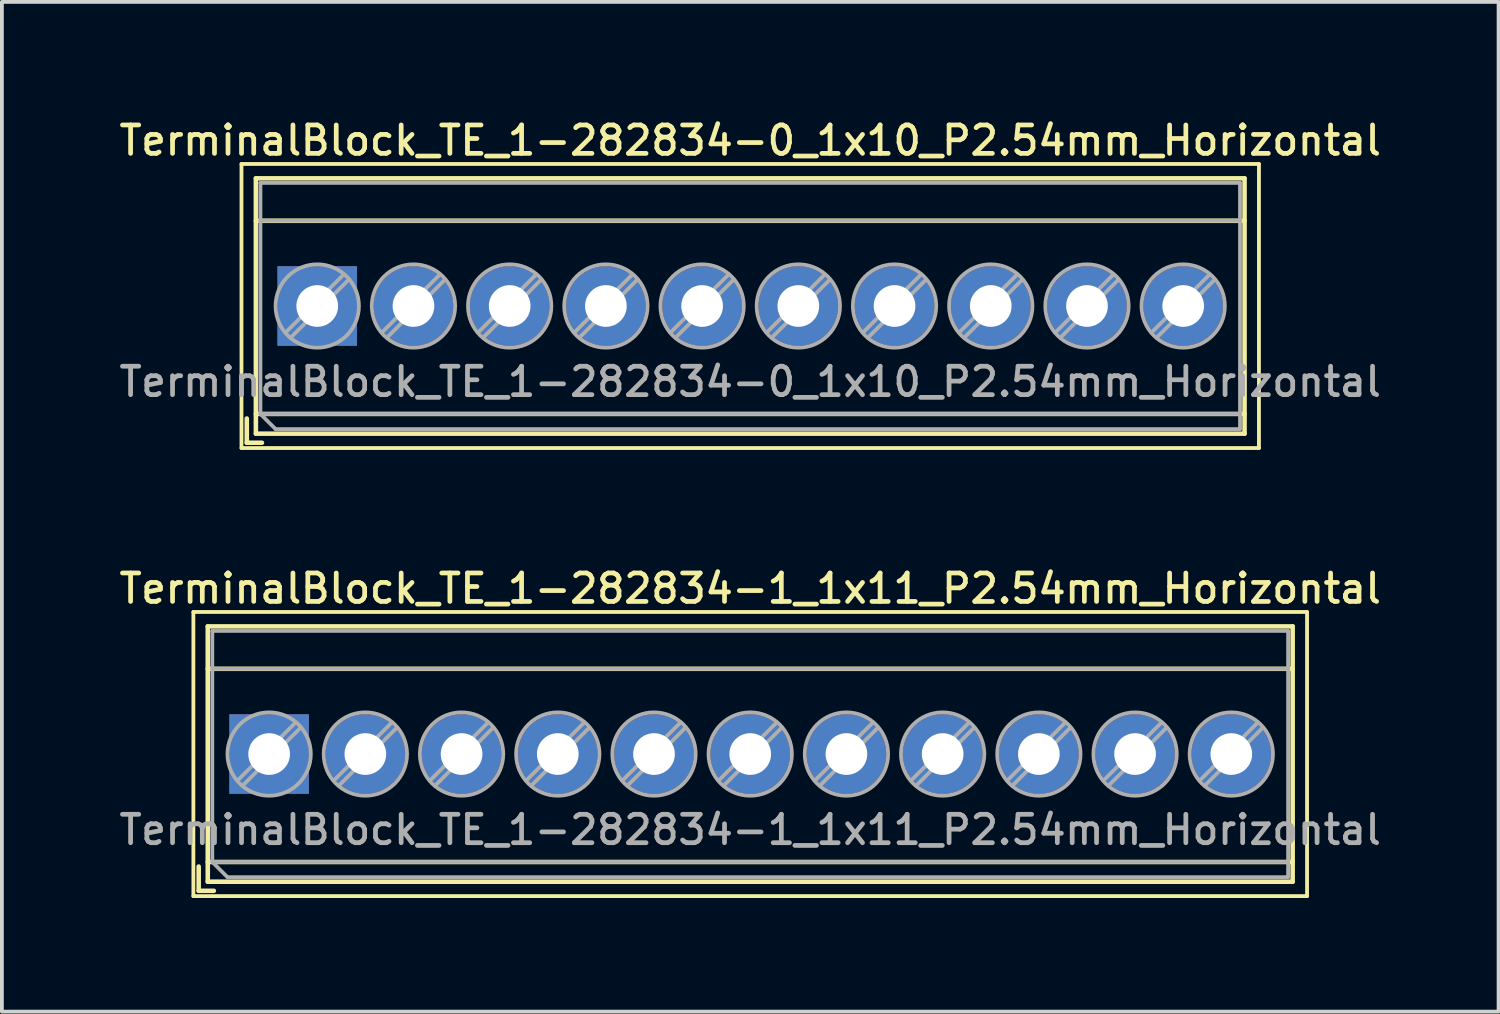
<source format=kicad_pcb>
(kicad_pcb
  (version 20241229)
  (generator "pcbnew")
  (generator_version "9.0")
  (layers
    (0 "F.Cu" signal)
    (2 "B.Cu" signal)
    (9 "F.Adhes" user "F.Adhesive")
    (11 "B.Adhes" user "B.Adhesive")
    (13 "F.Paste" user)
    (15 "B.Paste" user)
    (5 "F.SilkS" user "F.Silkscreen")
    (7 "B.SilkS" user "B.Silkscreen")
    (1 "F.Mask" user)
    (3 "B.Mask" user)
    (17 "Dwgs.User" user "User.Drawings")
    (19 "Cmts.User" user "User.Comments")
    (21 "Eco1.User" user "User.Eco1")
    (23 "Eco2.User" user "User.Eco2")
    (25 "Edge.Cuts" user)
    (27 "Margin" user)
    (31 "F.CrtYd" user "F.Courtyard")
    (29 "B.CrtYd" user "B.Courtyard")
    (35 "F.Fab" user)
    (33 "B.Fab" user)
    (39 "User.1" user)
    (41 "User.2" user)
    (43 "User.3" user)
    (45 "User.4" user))
  (footprint "TerminalBlock_TE_1-282834-1_1x11_P2.54mm_Horizontal"
    (layer "F.Cu")
    (at 4.055 16.856)
    (property "Reference" "TerminalBlock_TE_1-282834-1_1x11_P2.54mm_Horizontal" (at 12.7 -4.37 0) (layer "F.SilkS") (effects (font (size 0.75 0.75) (thickness 0.125))))
    (attr through_hole)
    (fp_line (start -2 -3.75) (end -2 3.75) (stroke (width 0.1) (type solid)) (layer "F.SilkS"))
    (fp_line (start -2 3.75) (end 27.4 3.75) (stroke (width 0.1) (type solid)) (layer "F.SilkS"))
    (fp_line (start -1.86 2.97) (end -1.86 3.61) (stroke (width 0.12) (type solid)) (layer "F.SilkS"))
    (fp_line (start -1.86 3.61) (end -1.46 3.61) (stroke (width 0.12) (type solid)) (layer "F.SilkS"))
    (fp_line (start -1.62 -3.37) (end -1.62 3.37) (stroke (width 0.12) (type solid)) (layer "F.SilkS"))
    (fp_line (start -1.62 -3.37) (end 27.02 -3.37) (stroke (width 0.12) (type solid)) (layer "F.SilkS"))
    (fp_line (start -1.62 -2.25) (end 27.02 -2.25) (stroke (width 0.12) (type solid)) (layer "F.SilkS"))
    (fp_line (start -1.62 2.85) (end 27.02 2.85) (stroke (width 0.12) (type solid)) (layer "F.SilkS"))
    (fp_line (start -1.62 3.37) (end 27.02 3.37) (stroke (width 0.12) (type solid)) (layer "F.SilkS"))
    (fp_line (start 27.02 -3.37) (end 27.02 3.37) (stroke (width 0.12) (type solid)) (layer "F.SilkS"))
    (fp_line (start 27.4 -3.75) (end -2 -3.75) (stroke (width 0.1) (type solid)) (layer "F.SilkS"))
    (fp_line (start 27.4 3.75) (end 27.4 -3.75) (stroke (width 0.1) (type solid)) (layer "F.SilkS"))
    (fp_line (start -1.5 -3.25) (end 26.9 -3.25) (stroke (width 0.1) (type solid)) (layer "F.Fab"))
    (fp_line (start -1.5 -2.25) (end 26.9 -2.25) (stroke (width 0.1) (type solid)) (layer "F.Fab"))
    (fp_line (start -1.5 2.85) (end -1.5 -3.25) (stroke (width 0.1) (type solid)) (layer "F.Fab"))
    (fp_line (start -1.5 2.85) (end 26.9 2.85) (stroke (width 0.1) (type solid)) (layer "F.Fab"))
    (fp_line (start -1.1 3.25) (end -1.5 2.85) (stroke (width 0.1) (type solid)) (layer "F.Fab"))
    (fp_line (start 0.701 -0.835) (end -0.835 0.7) (stroke (width 0.1) (type solid)) (layer "F.Fab"))
    (fp_line (start 0.835 -0.7) (end -0.701 0.835) (stroke (width 0.1) (type solid)) (layer "F.Fab"))
    (fp_line (start 3.241 -0.835) (end 1.706 0.7) (stroke (width 0.1) (type solid)) (layer "F.Fab"))
    (fp_line (start 3.375 -0.7) (end 1.84 0.835) (stroke (width 0.1) (type solid)) (layer "F.Fab"))
    (fp_line (start 5.781 -0.835) (end 4.246 0.7) (stroke (width 0.1) (type solid)) (layer "F.Fab"))
    (fp_line (start 5.915 -0.7) (end 4.38 0.835) (stroke (width 0.1) (type solid)) (layer "F.Fab"))
    (fp_line (start 8.321 -0.835) (end 6.786 0.7) (stroke (width 0.1) (type solid)) (layer "F.Fab"))
    (fp_line (start 8.455 -0.7) (end 6.92 0.835) (stroke (width 0.1) (type solid)) (layer "F.Fab"))
    (fp_line (start 10.861 -0.835) (end 9.326 0.7) (stroke (width 0.1) (type solid)) (layer "F.Fab"))
    (fp_line (start 10.995 -0.7) (end 9.46 0.835) (stroke (width 0.1) (type solid)) (layer "F.Fab"))
    (fp_line (start 13.401 -0.835) (end 11.866 0.7) (stroke (width 0.1) (type solid)) (layer "F.Fab"))
    (fp_line (start 13.535 -0.7) (end 12 0.835) (stroke (width 0.1) (type solid)) (layer "F.Fab"))
    (fp_line (start 15.941 -0.835) (end 14.406 0.7) (stroke (width 0.1) (type solid)) (layer "F.Fab"))
    (fp_line (start 16.075 -0.7) (end 14.54 0.835) (stroke (width 0.1) (type solid)) (layer "F.Fab"))
    (fp_line (start 18.481 -0.835) (end 16.946 0.7) (stroke (width 0.1) (type solid)) (layer "F.Fab"))
    (fp_line (start 18.615 -0.7) (end 17.08 0.835) (stroke (width 0.1) (type solid)) (layer "F.Fab"))
    (fp_line (start 21.021 -0.835) (end 19.486 0.7) (stroke (width 0.1) (type solid)) (layer "F.Fab"))
    (fp_line (start 21.155 -0.7) (end 19.62 0.835) (stroke (width 0.1) (type solid)) (layer "F.Fab"))
    (fp_line (start 23.561 -0.835) (end 22.026 0.7) (stroke (width 0.1) (type solid)) (layer "F.Fab"))
    (fp_line (start 23.695 -0.7) (end 22.16 0.835) (stroke (width 0.1) (type solid)) (layer "F.Fab"))
    (fp_line (start 26.101 -0.835) (end 24.566 0.7) (stroke (width 0.1) (type solid)) (layer "F.Fab"))
    (fp_line (start 26.235 -0.7) (end 24.7 0.835) (stroke (width 0.1) (type solid)) (layer "F.Fab"))
    (fp_line (start 26.9 -3.25) (end 26.9 3.25) (stroke (width 0.1) (type solid)) (layer "F.Fab"))
    (fp_line (start 26.9 3.25) (end -1.1 3.25) (stroke (width 0.1) (type solid)) (layer "F.Fab"))
    (fp_circle (center 0 0) (end 1.1 0) (stroke (width 0.1) (type solid)) (fill no) (layer "F.Fab"))
    (fp_circle (center 2.54 0) (end 3.64 0) (stroke (width 0.1) (type solid)) (fill no) (layer "F.Fab"))
    (fp_circle (center 5.08 0) (end 6.18 0) (stroke (width 0.1) (type solid)) (fill no) (layer "F.Fab"))
    (fp_circle (center 7.62 0) (end 8.72 0) (stroke (width 0.1) (type solid)) (fill no) (layer "F.Fab"))
    (fp_circle (center 10.16 0) (end 11.26 0) (stroke (width 0.1) (type solid)) (fill no) (layer "F.Fab"))
    (fp_circle (center 12.7 0) (end 13.8 0) (stroke (width 0.1) (type solid)) (fill no) (layer "F.Fab"))
    (fp_circle (center 15.24 0) (end 16.34 0) (stroke (width 0.1) (type solid)) (fill no) (layer "F.Fab"))
    (fp_circle (center 17.78 0) (end 18.88 0) (stroke (width 0.1) (type solid)) (fill no) (layer "F.Fab"))
    (fp_circle (center 20.32 0) (end 21.42 0) (stroke (width 0.1) (type solid)) (fill no) (layer "F.Fab"))
    (fp_circle (center 22.86 0) (end 23.96 0) (stroke (width 0.1) (type solid)) (fill no) (layer "F.Fab"))
    (fp_circle (center 25.4 0) (end 26.5 0) (stroke (width 0.1) (type solid)) (fill no) (layer "F.Fab"))
    (fp_text user "${REFERENCE}" (at 12.7 2 0) (layer "F.Fab") (effects (font (size 0.75 0.75) (thickness 0.125))))
    (pad "1" thru_hole rect (at 0 0) (size 2.1 2.1) (drill 1.1) (layers "*.Cu" "*.Mask"))
    (pad "2" thru_hole circle (at 2.54 0) (size 2.1 2.1) (drill 1.1) (layers "*.Cu" "*.Mask"))
    (pad "3" thru_hole circle (at 5.08 0) (size 2.1 2.1) (drill 1.1) (layers "*.Cu" "*.Mask"))
    (pad "4" thru_hole circle (at 7.62 0) (size 2.1 2.1) (drill 1.1) (layers "*.Cu" "*.Mask"))
    (pad "5" thru_hole circle (at 10.16 0) (size 2.1 2.1) (drill 1.1) (layers "*.Cu" "*.Mask"))
    (pad "6" thru_hole circle (at 12.7 0) (size 2.1 2.1) (drill 1.1) (layers "*.Cu" "*.Mask"))
    (pad "7" thru_hole circle (at 15.24 0) (size 2.1 2.1) (drill 1.1) (layers "*.Cu" "*.Mask"))
    (pad "8" thru_hole circle (at 17.78 0) (size 2.1 2.1) (drill 1.1) (layers "*.Cu" "*.Mask"))
    (pad "9" thru_hole circle (at 20.32 0) (size 2.1 2.1) (drill 1.1) (layers "*.Cu" "*.Mask"))
    (pad "10" thru_hole circle (at 22.86 0) (size 2.1 2.1) (drill 1.1) (layers "*.Cu" "*.Mask"))
    (pad "11" thru_hole circle (at 25.4 0) (size 2.1 2.1) (drill 1.1) (layers "*.Cu" "*.Mask")))
  (footprint "TerminalBlock_TE_1-282834-0_1x10_P2.54mm_Horizontal"
    (layer "F.Cu")
    (at 5.325 5.028)
    (property "Reference" "TerminalBlock_TE_1-282834-0_1x10_P2.54mm_Horizontal" (at 11.43 -4.37 0) (layer "F.SilkS") (effects (font (size 0.75 0.75) (thickness 0.125))))
    (attr through_hole)
    (fp_line (start -2 -3.75) (end -2 3.75) (stroke (width 0.1) (type solid)) (layer "F.SilkS"))
    (fp_line (start -2 3.75) (end 24.86 3.75) (stroke (width 0.1) (type solid)) (layer "F.SilkS"))
    (fp_line (start -1.86 2.97) (end -1.86 3.61) (stroke (width 0.12) (type solid)) (layer "F.SilkS"))
    (fp_line (start -1.86 3.61) (end -1.46 3.61) (stroke (width 0.12) (type solid)) (layer "F.SilkS"))
    (fp_line (start -1.62 -3.37) (end -1.62 3.37) (stroke (width 0.12) (type solid)) (layer "F.SilkS"))
    (fp_line (start -1.62 -3.37) (end 24.48 -3.37) (stroke (width 0.12) (type solid)) (layer "F.SilkS"))
    (fp_line (start -1.62 -2.25) (end 24.48 -2.25) (stroke (width 0.12) (type solid)) (layer "F.SilkS"))
    (fp_line (start -1.62 2.85) (end 24.48 2.85) (stroke (width 0.12) (type solid)) (layer "F.SilkS"))
    (fp_line (start -1.62 3.37) (end 24.48 3.37) (stroke (width 0.12) (type solid)) (layer "F.SilkS"))
    (fp_line (start 24.48 -3.37) (end 24.48 3.37) (stroke (width 0.12) (type solid)) (layer "F.SilkS"))
    (fp_line (start 24.86 -3.75) (end -2 -3.75) (stroke (width 0.1) (type solid)) (layer "F.SilkS"))
    (fp_line (start 24.86 3.75) (end 24.86 -3.75) (stroke (width 0.1) (type solid)) (layer "F.SilkS"))
    (fp_line (start -1.5 -3.25) (end 24.36 -3.25) (stroke (width 0.1) (type solid)) (layer "F.Fab"))
    (fp_line (start -1.5 -2.25) (end 24.36 -2.25) (stroke (width 0.1) (type solid)) (layer "F.Fab"))
    (fp_line (start -1.5 2.85) (end -1.5 -3.25) (stroke (width 0.1) (type solid)) (layer "F.Fab"))
    (fp_line (start -1.5 2.85) (end 24.36 2.85) (stroke (width 0.1) (type solid)) (layer "F.Fab"))
    (fp_line (start -1.1 3.25) (end -1.5 2.85) (stroke (width 0.1) (type solid)) (layer "F.Fab"))
    (fp_line (start 0.701 -0.835) (end -0.835 0.7) (stroke (width 0.1) (type solid)) (layer "F.Fab"))
    (fp_line (start 0.835 -0.7) (end -0.701 0.835) (stroke (width 0.1) (type solid)) (layer "F.Fab"))
    (fp_line (start 3.241 -0.835) (end 1.706 0.7) (stroke (width 0.1) (type solid)) (layer "F.Fab"))
    (fp_line (start 3.375 -0.7) (end 1.84 0.835) (stroke (width 0.1) (type solid)) (layer "F.Fab"))
    (fp_line (start 5.781 -0.835) (end 4.246 0.7) (stroke (width 0.1) (type solid)) (layer "F.Fab"))
    (fp_line (start 5.915 -0.7) (end 4.38 0.835) (stroke (width 0.1) (type solid)) (layer "F.Fab"))
    (fp_line (start 8.321 -0.835) (end 6.786 0.7) (stroke (width 0.1) (type solid)) (layer "F.Fab"))
    (fp_line (start 8.455 -0.7) (end 6.92 0.835) (stroke (width 0.1) (type solid)) (layer "F.Fab"))
    (fp_line (start 10.861 -0.835) (end 9.326 0.7) (stroke (width 0.1) (type solid)) (layer "F.Fab"))
    (fp_line (start 10.995 -0.7) (end 9.46 0.835) (stroke (width 0.1) (type solid)) (layer "F.Fab"))
    (fp_line (start 13.401 -0.835) (end 11.866 0.7) (stroke (width 0.1) (type solid)) (layer "F.Fab"))
    (fp_line (start 13.535 -0.7) (end 12 0.835) (stroke (width 0.1) (type solid)) (layer "F.Fab"))
    (fp_line (start 15.941 -0.835) (end 14.406 0.7) (stroke (width 0.1) (type solid)) (layer "F.Fab"))
    (fp_line (start 16.075 -0.7) (end 14.54 0.835) (stroke (width 0.1) (type solid)) (layer "F.Fab"))
    (fp_line (start 18.481 -0.835) (end 16.946 0.7) (stroke (width 0.1) (type solid)) (layer "F.Fab"))
    (fp_line (start 18.615 -0.7) (end 17.08 0.835) (stroke (width 0.1) (type solid)) (layer "F.Fab"))
    (fp_line (start 21.021 -0.835) (end 19.486 0.7) (stroke (width 0.1) (type solid)) (layer "F.Fab"))
    (fp_line (start 21.155 -0.7) (end 19.62 0.835) (stroke (width 0.1) (type solid)) (layer "F.Fab"))
    (fp_line (start 23.561 -0.835) (end 22.026 0.7) (stroke (width 0.1) (type solid)) (layer "F.Fab"))
    (fp_line (start 23.695 -0.7) (end 22.16 0.835) (stroke (width 0.1) (type solid)) (layer "F.Fab"))
    (fp_line (start 24.36 -3.25) (end 24.36 3.25) (stroke (width 0.1) (type solid)) (layer "F.Fab"))
    (fp_line (start 24.36 3.25) (end -1.1 3.25) (stroke (width 0.1) (type solid)) (layer "F.Fab"))
    (fp_circle (center 0 0) (end 1.1 0) (stroke (width 0.1) (type solid)) (fill no) (layer "F.Fab"))
    (fp_circle (center 2.54 0) (end 3.64 0) (stroke (width 0.1) (type solid)) (fill no) (layer "F.Fab"))
    (fp_circle (center 5.08 0) (end 6.18 0) (stroke (width 0.1) (type solid)) (fill no) (layer "F.Fab"))
    (fp_circle (center 7.62 0) (end 8.72 0) (stroke (width 0.1) (type solid)) (fill no) (layer "F.Fab"))
    (fp_circle (center 10.16 0) (end 11.26 0) (stroke (width 0.1) (type solid)) (fill no) (layer "F.Fab"))
    (fp_circle (center 12.7 0) (end 13.8 0) (stroke (width 0.1) (type solid)) (fill no) (layer "F.Fab"))
    (fp_circle (center 15.24 0) (end 16.34 0) (stroke (width 0.1) (type solid)) (fill no) (layer "F.Fab"))
    (fp_circle (center 17.78 0) (end 18.88 0) (stroke (width 0.1) (type solid)) (fill no) (layer "F.Fab"))
    (fp_circle (center 20.32 0) (end 21.42 0) (stroke (width 0.1) (type solid)) (fill no) (layer "F.Fab"))
    (fp_circle (center 22.86 0) (end 23.96 0) (stroke (width 0.1) (type solid)) (fill no) (layer "F.Fab"))
    (fp_text user "${REFERENCE}" (at 11.43 2 0) (layer "F.Fab") (effects (font (size 0.75 0.75) (thickness 0.125))))
    (pad "1" thru_hole rect (at 0 0) (size 2.1 2.1) (drill 1.1) (layers "*.Cu" "*.Mask"))
    (pad "2" thru_hole circle (at 2.54 0) (size 2.1 2.1) (drill 1.1) (layers "*.Cu" "*.Mask"))
    (pad "3" thru_hole circle (at 5.08 0) (size 2.1 2.1) (drill 1.1) (layers "*.Cu" "*.Mask"))
    (pad "4" thru_hole circle (at 7.62 0) (size 2.1 2.1) (drill 1.1) (layers "*.Cu" "*.Mask"))
    (pad "5" thru_hole circle (at 10.16 0) (size 2.1 2.1) (drill 1.1) (layers "*.Cu" "*.Mask"))
    (pad "6" thru_hole circle (at 12.7 0) (size 2.1 2.1) (drill 1.1) (layers "*.Cu" "*.Mask"))
    (pad "7" thru_hole circle (at 15.24 0) (size 2.1 2.1) (drill 1.1) (layers "*.Cu" "*.Mask"))
    (pad "8" thru_hole circle (at 17.78 0) (size 2.1 2.1) (drill 1.1) (layers "*.Cu" "*.Mask"))
    (pad "9" thru_hole circle (at 20.32 0) (size 2.1 2.1) (drill 1.1) (layers "*.Cu" "*.Mask"))
    (pad "10" thru_hole circle (at 22.86 0) (size 2.1 2.1) (drill 1.1) (layers "*.Cu" "*.Mask")))
  (gr_rect
    (start -3 -3)
    (end 36.511 23.656)
    (stroke (width 0.1) (type default))
    (fill no)
    (layer "Edge.Cuts")))
</source>
